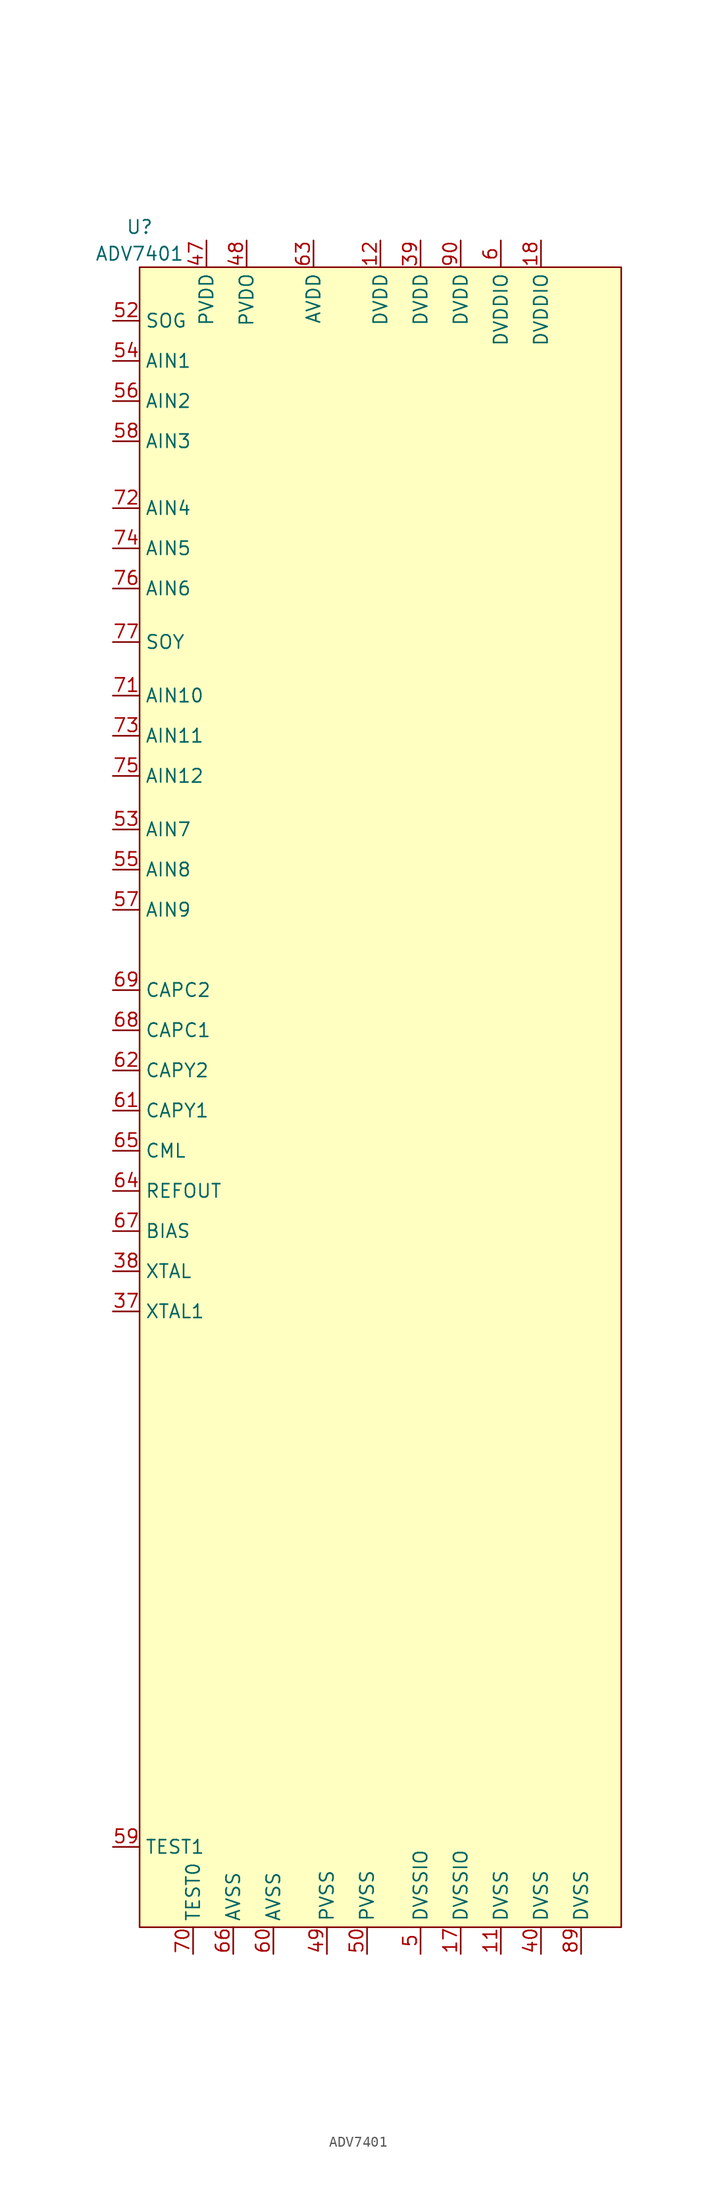
<source format=kicad_sym>
(kicad_symbol_lib
  (version 20211014)
  (generator kicad_symbol_editor)
  (symbol "ADV7401"
    (property "Reference" "U"
      (at -21.59 77.47 0)
      (effects (font (size 1.27 1.27))))
    (property "Value" "ADV7401"
      (at -21.59 74.93 0)
      (effects (font (size 1.27 1.27))))
    (symbol "ADV7401_0_1"
      (rectangle (start -21.59 73.66) (end 24.13 -83.82) (stroke (width 0) (type default) (color 0 0 0 0)) (fill (type background))))
    (symbol "ADV7401_1_1"
      (pin power_in line (at 12.7 -86.36 90) (length 2.54) (name "DVSS" (effects (font (size 1.27 1.27)))) (number "11" (effects (font (size 1.27 1.27)))))
      (pin power_in line (at 1.27 76.2 270) (length 2.54) (name "DVDD" (effects (font (size 1.27 1.27)))) (number "12" (effects (font (size 1.27 1.27)))))
      (pin power_in line (at 8.89 -86.36 90) (length 2.54) (name "DVSSIO" (effects (font (size 1.27 1.27)))) (number "17" (effects (font (size 1.27 1.27)))))
      (pin power_in line (at 16.51 76.2 270) (length 2.54) (name "DVDDIO" (effects (font (size 1.27 1.27)))) (number "18" (effects (font (size 1.27 1.27)))))
      (pin output line (at -24.13 -25.4 0) (length 2.54) (name "XTAL1" (effects (font (size 1.27 1.27)))) (number "37" (effects (font (size 1.27 1.27)))))
      (pin input line (at -24.13 -21.59 0) (length 2.54) (name "XTAL" (effects (font (size 1.27 1.27)))) (number "38" (effects (font (size 1.27 1.27)))))
      (pin power_in line (at 5.08 76.2 270) (length 2.54) (name "DVDD" (effects (font (size 1.27 1.27)))) (number "39" (effects (font (size 1.27 1.27)))))
      (pin power_in line (at 16.51 -86.36 90) (length 2.54) (name "DVSS" (effects (font (size 1.27 1.27)))) (number "40" (effects (font (size 1.27 1.27)))))
      (pin power_in line (at -15.24 76.2 270) (length 2.54) (name "PVDD" (effects (font (size 1.27 1.27)))) (number "47" (effects (font (size 1.27 1.27)))))
      (pin power_in line (at -11.43 76.2 270) (length 2.54) (name "PVDO" (effects (font (size 1.27 1.27)))) (number "48" (effects (font (size 1.27 1.27)))))
      (pin power_in line (at -3.81 -86.36 90) (length 2.54) (name "PVSS" (effects (font (size 1.27 1.27)))) (number "49" (effects (font (size 1.27 1.27)))))
      (pin power_in line (at 5.08 -86.36 90) (length 2.54) (name "DVSSIO" (effects (font (size 1.27 1.27)))) (number "5" (effects (font (size 1.27 1.27)))))
      (pin power_in line (at 0 -86.36 90) (length 2.54) (name "PVSS" (effects (font (size 1.27 1.27)))) (number "50" (effects (font (size 1.27 1.27)))))
      (pin input line (at -24.13 68.58 0) (length 2.54) (name "SOG" (effects (font (size 1.27 1.27)))) (number "52" (effects (font (size 1.27 1.27)))))
      (pin input line (at -24.13 20.32 0) (length 2.54) (name "AIN7" (effects (font (size 1.27 1.27)))) (number "53" (effects (font (size 1.27 1.27)))))
      (pin input line (at -24.13 64.77 0) (length 2.54) (name "AIN1" (effects (font (size 1.27 1.27)))) (number "54" (effects (font (size 1.27 1.27)))))
      (pin input line (at -24.13 16.51 0) (length 2.54) (name "AIN8" (effects (font (size 1.27 1.27)))) (number "55" (effects (font (size 1.27 1.27)))))
      (pin input line (at -24.13 60.96 0) (length 2.54) (name "AIN2" (effects (font (size 1.27 1.27)))) (number "56" (effects (font (size 1.27 1.27)))))
      (pin input line (at -24.13 12.7 0) (length 2.54) (name "AIN9" (effects (font (size 1.27 1.27)))) (number "57" (effects (font (size 1.27 1.27)))))
      (pin input line (at -24.13 57.15 0) (length 2.54) (name "AIN3" (effects (font (size 1.27 1.27)))) (number "58" (effects (font (size 1.27 1.27)))))
      (pin input line (at -24.13 -76.2 0) (length 2.54) (name "TEST1" (effects (font (size 1.27 1.27)))) (number "59" (effects (font (size 1.27 1.27)))))
      (pin power_in line (at 12.7 76.2 270) (length 2.54) (name "DVDDIO" (effects (font (size 1.27 1.27)))) (number "6" (effects (font (size 1.27 1.27)))))
      (pin power_in line (at -8.89 -86.36 90) (length 2.54) (name "AVSS" (effects (font (size 1.27 1.27)))) (number "60" (effects (font (size 1.27 1.27)))))
      (pin input line (at -24.13 -6.35 0) (length 2.54) (name "CAPY1" (effects (font (size 1.27 1.27)))) (number "61" (effects (font (size 1.27 1.27)))))
      (pin input line (at -24.13 -2.54 0) (length 2.54) (name "CAPY2" (effects (font (size 1.27 1.27)))) (number "62" (effects (font (size 1.27 1.27)))))
      (pin power_in line (at -5.08 76.2 270) (length 2.54) (name "AVDD" (effects (font (size 1.27 1.27)))) (number "63" (effects (font (size 1.27 1.27)))))
      (pin output line (at -24.13 -13.97 0) (length 2.54) (name "REFOUT" (effects (font (size 1.27 1.27)))) (number "64" (effects (font (size 1.27 1.27)))))
      (pin output line (at -24.13 -10.16 0) (length 2.54) (name "CML" (effects (font (size 1.27 1.27)))) (number "65" (effects (font (size 1.27 1.27)))))
      (pin power_in line (at -12.7 -86.36 90) (length 2.54) (name "AVSS" (effects (font (size 1.27 1.27)))) (number "66" (effects (font (size 1.27 1.27)))))
      (pin output line (at -24.13 -17.78 0) (length 2.54) (name "BIAS" (effects (font (size 1.27 1.27)))) (number "67" (effects (font (size 1.27 1.27)))))
      (pin input line (at -24.13 1.27 0) (length 2.54) (name "CAPC1" (effects (font (size 1.27 1.27)))) (number "68" (effects (font (size 1.27 1.27)))))
      (pin input line (at -24.13 5.08 0) (length 2.54) (name "CAPC2" (effects (font (size 1.27 1.27)))) (number "69" (effects (font (size 1.27 1.27)))))
      (pin input line (at -16.51 -86.36 90) (length 2.54) (name "TEST0" (effects (font (size 1.27 1.27)))) (number "70" (effects (font (size 1.27 1.27)))))
      (pin input line (at -24.13 33.02 0) (length 2.54) (name "AIN10" (effects (font (size 1.27 1.27)))) (number "71" (effects (font (size 1.27 1.27)))))
      (pin input line (at -24.13 50.8 0) (length 2.54) (name "AIN4" (effects (font (size 1.27 1.27)))) (number "72" (effects (font (size 1.27 1.27)))))
      (pin input line (at -24.13 29.21 0) (length 2.54) (name "AIN11" (effects (font (size 1.27 1.27)))) (number "73" (effects (font (size 1.27 1.27)))))
      (pin input line (at -24.13 46.99 0) (length 2.54) (name "AIN5" (effects (font (size 1.27 1.27)))) (number "74" (effects (font (size 1.27 1.27)))))
      (pin input line (at -24.13 25.4 0) (length 2.54) (name "AIN12" (effects (font (size 1.27 1.27)))) (number "75" (effects (font (size 1.27 1.27)))))
      (pin input line (at -24.13 43.18 0) (length 2.54) (name "AIN6" (effects (font (size 1.27 1.27)))) (number "76" (effects (font (size 1.27 1.27)))))
      (pin input line (at -24.13 38.1 0) (length 2.54) (name "SOY" (effects (font (size 1.27 1.27)))) (number "77" (effects (font (size 1.27 1.27)))))
      (pin power_in line (at 20.32 -86.36 90) (length 2.54) (name "DVSS" (effects (font (size 1.27 1.27)))) (number "89" (effects (font (size 1.27 1.27)))))
      (pin power_in line (at 8.89 76.2 270) (length 2.54) (name "DVDD" (effects (font (size 1.27 1.27)))) (number "90" (effects (font (size 1.27 1.27))))))))
</source>
